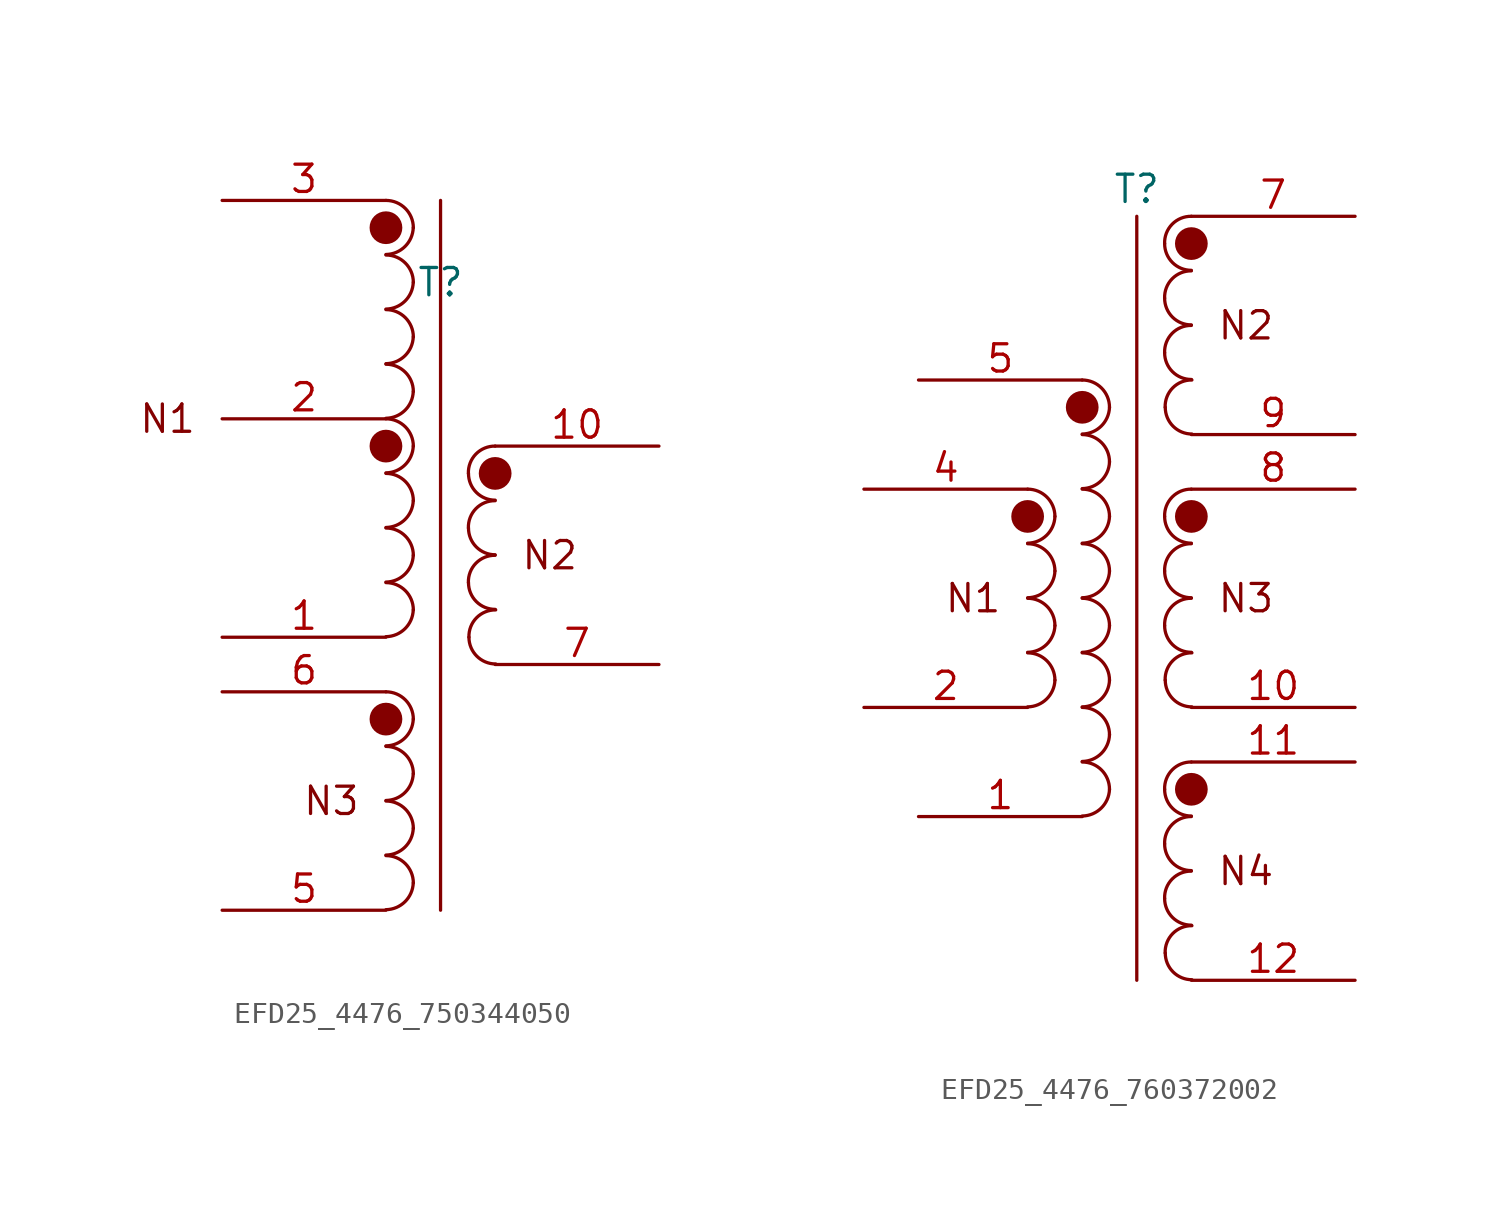
<source format=kicad_sym>
(kicad_symbol_lib
  (version 20220914)
  (generator kicad_symbol_editor)
  (symbol "EFD25_4476_750344050"
    (pin_names hide)
    (property "Reference" "T"
      (at 0 12.7 0)
      (effects (font (size 1.27 1.27))))
    (symbol "EFD25_4476_750344050_0_1"
      (arc (start -2.54 -16.4846) (mid -1.6561 -16.1163) (end -1.27 -15.24) (stroke (width 0) (type default)) (fill (type none)))
      (arc (start -2.54 -13.9446) (mid -1.6561 -13.5763) (end -1.27 -12.7) (stroke (width 0) (type default)) (fill (type none)))
      (arc (start -2.54 -11.4046) (mid -1.6561 -11.0363) (end -1.27 -10.16) (stroke (width 0) (type default)) (fill (type none)))
      (arc (start -2.54 -8.8646) (mid -1.6561 -8.4963) (end -1.27 -7.62) (stroke (width 0) (type default)) (fill (type none)))
      (arc (start -2.54 -3.7846) (mid -1.6561 -3.4163) (end -1.27 -2.54) (stroke (width 0) (type default)) (fill (type none)))
      (arc (start -2.54 -1.2446) (mid -1.6561 -0.8763) (end -1.27 0) (stroke (width 0) (type default)) (fill (type none)))
      (arc (start -2.54 1.2954) (mid -1.6561 1.6637) (end -1.27 2.54) (stroke (width 0) (type default)) (fill (type none)))
      (arc (start -2.54 3.8354) (mid -1.6561 4.2037) (end -1.27 5.08) (stroke (width 0) (type default)) (fill (type none)))
      (arc (start -2.54 6.3754) (mid -1.6561 6.7437) (end -1.27 7.62) (stroke (width 0) (type default)) (fill (type none)))
      (arc (start -2.54 8.9154) (mid -1.6561 9.2837) (end -1.27 10.16) (stroke (width 0) (type default)) (fill (type none)))
      (arc (start -2.54 11.4554) (mid -1.6561 11.8237) (end -1.27 12.7) (stroke (width 0) (type default)) (fill (type none)))
      (arc (start -2.54 13.9954) (mid -1.6561 14.3637) (end -1.27 15.24) (stroke (width 0) (type default)) (fill (type none)))
      (arc (start -1.27 -15.24) (mid -1.642 -14.342) (end -2.54 -13.97) (stroke (width 0) (type default)) (fill (type none)))
      (arc (start -1.27 -12.7) (mid -1.642 -11.802) (end -2.54 -11.43) (stroke (width 0) (type default)) (fill (type none)))
      (arc (start -1.27 -10.16) (mid -1.642 -9.262) (end -2.54 -8.89) (stroke (width 0) (type default)) (fill (type none)))
      (arc (start -1.27 -7.62) (mid -1.642 -6.722) (end -2.54 -6.35) (stroke (width 0) (type default)) (fill (type none)))
      (arc (start -1.27 -2.54) (mid -1.642 -1.642) (end -2.54 -1.27) (stroke (width 0) (type default)) (fill (type none)))
      (arc (start -1.27 0) (mid -1.642 0.898) (end -2.54 1.27) (stroke (width 0) (type default)) (fill (type none)))
      (arc (start -1.27 2.54) (mid -1.642 3.438) (end -2.54 3.81) (stroke (width 0) (type default)) (fill (type none)))
      (arc (start -1.27 5.08) (mid -1.642 5.978) (end -2.54 6.35) (stroke (width 0) (type default)) (fill (type none)))
      (arc (start -1.27 7.62) (mid -1.642 8.518) (end -2.54 8.89) (stroke (width 0) (type default)) (fill (type none)))
      (arc (start -1.27 10.16) (mid -1.642 11.058) (end -2.54 11.43) (stroke (width 0) (type default)) (fill (type none)))
      (arc (start -1.27 12.7) (mid -1.642 13.598) (end -2.54 13.97) (stroke (width 0) (type default)) (fill (type none)))
      (arc (start -1.27 15.24) (mid -1.642 16.138) (end -2.54 16.51) (stroke (width 0) (type default)) (fill (type none)))
      (polyline (pts (xy 0 16.51) (xy 0 -16.51)) (stroke (width 0) (type default)) (fill (type none)))
      (arc (start 1.2954 -1.27) (mid 1.6599 -2.1501) (end 2.54 -2.5146) (stroke (width 0) (type default)) (fill (type none)))
      (arc (start 1.2954 1.27) (mid 1.6599 0.3899) (end 2.54 0.0254) (stroke (width 0) (type default)) (fill (type none)))
      (arc (start 1.2954 3.81) (mid 1.6599 2.9299) (end 2.54 2.5654) (stroke (width 0) (type default)) (fill (type none)))
      (arc (start 1.3208 -3.81) (mid 1.6853 -4.6901) (end 2.5654 -5.0546) (stroke (width 0) (type default)) (fill (type none)))
      (arc (start 2.54 0) (mid 1.642 -0.372) (end 1.2954 -1.27) (stroke (width 0) (type default)) (fill (type none)))
      (arc (start 2.54 2.54) (mid 1.642 2.168) (end 1.2954 1.27) (stroke (width 0) (type default)) (fill (type none)))
      (arc (start 2.54 5.08) (mid 1.642 4.708) (end 1.2954 3.81) (stroke (width 0) (type default)) (fill (type none)))
      (arc (start 2.5654 -2.54) (mid 1.6674 -2.912) (end 1.3208 -3.81) (stroke (width 0) (type default)) (fill (type none))))
    (symbol "EFD25_4476_750344050_1_1"
      (circle (center -2.54 -7.62) (radius 0.0001) (stroke (width 0.762) (type default)) (fill (type none)))
      (circle (center -2.54 5.08) (radius 0.0001) (stroke (width 0.762) (type default)) (fill (type none)))
      (circle (center -2.54 15.24) (radius 0.0001) (stroke (width 0.762) (type default)) (fill (type none)))
      (circle (center 2.54 3.81) (radius 0.0001) (stroke (width 0.762) (type default)) (fill (type none)))
      (text "N1" (at -12.7 6.35 0) (effects (font (size 1.27 1.27))))
      (text "N2" (at 5.08 0 0) (effects (font (size 1.27 1.27))))
      (text "N3" (at -5.08 -11.43 0) (effects (font (size 1.27 1.27))))
      (pin passive line (at -10.16 -3.81 0) (length 7.62) (name "1" (effects (font (size 1.27 1.27)))) (number "1" (effects (font (size 1.27 1.27)))))
      (pin passive line (at 10.16 5.08 180) (length 7.62) (name "10" (effects (font (size 1.27 1.27)))) (number "10" (effects (font (size 1.27 1.27)))))
      (pin passive line (at -10.16 6.35 0) (length 7.62) (name "2" (effects (font (size 1.27 1.27)))) (number "2" (effects (font (size 1.27 1.27)))))
      (pin passive line (at -10.16 16.51 0) (length 7.62) (name "3" (effects (font (size 1.27 1.27)))) (number "3" (effects (font (size 1.27 1.27)))))
      (pin passive line (at -10.16 -16.51 0) (length 7.62) (name "5" (effects (font (size 1.27 1.27)))) (number "5" (effects (font (size 1.27 1.27)))))
      (pin passive line (at -10.16 -6.35 0) (length 7.62) (name "6" (effects (font (size 1.27 1.27)))) (number "6" (effects (font (size 1.27 1.27)))))
      (pin passive line (at 10.16 -5.08 180) (length 7.62) (name "7" (effects (font (size 1.27 1.27)))) (number "7" (effects (font (size 1.27 1.27)))))
      (pin passive line (at 10.16 -5.08 180) (length 7.62) hide (name "8" (effects (font (size 1.27 1.27)))) (number "8" (effects (font (size 1.27 1.27)))))
      (pin passive line (at 10.16 5.08 180) (length 7.62) hide (name "9" (effects (font (size 1.27 1.27)))) (number "9" (effects (font (size 1.27 1.27)))))))
  (symbol "EFD25_4476_760372002"
    (pin_names hide)
    (property "Reference" "T"
      (at 0 19.05 0)
      (effects (font (size 1.27 1.27))))
    (symbol "EFD25_4476_760372002_0_1"
      (arc (start -5.08 -5.0546) (mid -4.1961 -4.6863) (end -3.81 -3.81) (stroke (width 0) (type default)) (fill (type none)))
      (arc (start -5.08 -2.5146) (mid -4.1961 -2.1463) (end -3.81 -1.27) (stroke (width 0) (type default)) (fill (type none)))
      (arc (start -5.08 0.0254) (mid -4.1961 0.3937) (end -3.81 1.27) (stroke (width 0) (type default)) (fill (type none)))
      (arc (start -5.08 2.5654) (mid -4.1961 2.9337) (end -3.81 3.81) (stroke (width 0) (type default)) (fill (type none)))
      (arc (start -3.81 -3.81) (mid -4.182 -2.912) (end -5.08 -2.54) (stroke (width 0) (type default)) (fill (type none)))
      (arc (start -3.81 -1.27) (mid -4.182 -0.372) (end -5.08 0) (stroke (width 0) (type default)) (fill (type none)))
      (arc (start -3.81 1.27) (mid -4.182 2.168) (end -5.08 2.54) (stroke (width 0) (type default)) (fill (type none)))
      (arc (start -3.81 3.81) (mid -4.182 4.708) (end -5.08 5.08) (stroke (width 0) (type default)) (fill (type none)))
      (arc (start -2.54 -10.1346) (mid -1.6561 -9.7663) (end -1.27 -8.89) (stroke (width 0) (type default)) (fill (type none)))
      (arc (start -2.54 -7.5946) (mid -1.6561 -7.2263) (end -1.27 -6.35) (stroke (width 0) (type default)) (fill (type none)))
      (arc (start -2.54 -5.0546) (mid -1.6561 -4.6863) (end -1.27 -3.81) (stroke (width 0) (type default)) (fill (type none)))
      (arc (start -2.54 -2.5146) (mid -1.6561 -2.1463) (end -1.27 -1.27) (stroke (width 0) (type default)) (fill (type none)))
      (arc (start -2.54 0.0254) (mid -1.6561 0.3937) (end -1.27 1.27) (stroke (width 0) (type default)) (fill (type none)))
      (arc (start -2.54 2.5654) (mid -1.6561 2.9337) (end -1.27 3.81) (stroke (width 0) (type default)) (fill (type none)))
      (arc (start -2.54 5.1054) (mid -1.6561 5.4737) (end -1.27 6.35) (stroke (width 0) (type default)) (fill (type none)))
      (arc (start -2.54 7.6454) (mid -1.6561 8.0137) (end -1.27 8.89) (stroke (width 0) (type default)) (fill (type none)))
      (arc (start -1.27 -8.89) (mid -1.642 -7.992) (end -2.54 -7.62) (stroke (width 0) (type default)) (fill (type none)))
      (arc (start -1.27 -6.35) (mid -1.642 -5.452) (end -2.54 -5.08) (stroke (width 0) (type default)) (fill (type none)))
      (arc (start -1.27 -3.81) (mid -1.642 -2.912) (end -2.54 -2.54) (stroke (width 0) (type default)) (fill (type none)))
      (arc (start -1.27 -1.27) (mid -1.642 -0.372) (end -2.54 0) (stroke (width 0) (type default)) (fill (type none)))
      (arc (start -1.27 1.27) (mid -1.642 2.168) (end -2.54 2.54) (stroke (width 0) (type default)) (fill (type none)))
      (arc (start -1.27 3.81) (mid -1.642 4.708) (end -2.54 5.08) (stroke (width 0) (type default)) (fill (type none)))
      (arc (start -1.27 6.35) (mid -1.642 7.248) (end -2.54 7.62) (stroke (width 0) (type default)) (fill (type none)))
      (arc (start -1.27 8.89) (mid -1.642 9.788) (end -2.54 10.16) (stroke (width 0) (type default)) (fill (type none)))
      (polyline (pts (xy 0 17.78) (xy 0 -17.78)) (stroke (width 0) (type default)) (fill (type none)))
      (arc (start 1.2954 -13.97) (mid 1.6599 -14.8501) (end 2.54 -15.2146) (stroke (width 0) (type default)) (fill (type none)))
      (arc (start 1.2954 -11.43) (mid 1.6599 -12.3101) (end 2.54 -12.6746) (stroke (width 0) (type default)) (fill (type none)))
      (arc (start 1.2954 -8.89) (mid 1.6599 -9.7701) (end 2.54 -10.1346) (stroke (width 0) (type default)) (fill (type none)))
      (arc (start 1.2954 -1.27) (mid 1.6599 -2.1501) (end 2.54 -2.5146) (stroke (width 0) (type default)) (fill (type none)))
      (arc (start 1.2954 1.27) (mid 1.6599 0.3899) (end 2.54 0.0254) (stroke (width 0) (type default)) (fill (type none)))
      (arc (start 1.2954 3.81) (mid 1.6599 2.9299) (end 2.54 2.5654) (stroke (width 0) (type default)) (fill (type none)))
      (arc (start 1.2954 11.43) (mid 1.6599 10.5499) (end 2.54 10.1854) (stroke (width 0) (type default)) (fill (type none)))
      (arc (start 1.2954 13.97) (mid 1.6599 13.0899) (end 2.54 12.7254) (stroke (width 0) (type default)) (fill (type none)))
      (arc (start 1.2954 16.51) (mid 1.6599 15.6299) (end 2.54 15.2654) (stroke (width 0) (type default)) (fill (type none)))
      (arc (start 1.3208 -16.51) (mid 1.6854 -17.3899) (end 2.5654 -17.7546) (stroke (width 0) (type default)) (fill (type none)))
      (arc (start 1.3208 -3.81) (mid 1.6853 -4.6901) (end 2.5654 -5.0546) (stroke (width 0) (type default)) (fill (type none)))
      (arc (start 1.3208 8.89) (mid 1.6854 8.0101) (end 2.5654 7.6454) (stroke (width 0) (type default)) (fill (type none)))
      (arc (start 2.54 -12.7) (mid 1.6458 -13.0685) (end 1.2954 -13.97) (stroke (width 0) (type default)) (fill (type none)))
      (arc (start 2.54 -10.16) (mid 1.6458 -10.5285) (end 1.2954 -11.43) (stroke (width 0) (type default)) (fill (type none)))
      (arc (start 2.54 -7.62) (mid 1.6458 -7.9885) (end 1.2954 -8.89) (stroke (width 0) (type default)) (fill (type none)))
      (arc (start 2.54 0) (mid 1.642 -0.372) (end 1.2954 -1.27) (stroke (width 0) (type default)) (fill (type none)))
      (arc (start 2.54 2.54) (mid 1.642 2.168) (end 1.2954 1.27) (stroke (width 0) (type default)) (fill (type none)))
      (arc (start 2.54 5.08) (mid 1.642 4.708) (end 1.2954 3.81) (stroke (width 0) (type default)) (fill (type none)))
      (arc (start 2.54 12.7) (mid 1.6458 12.3315) (end 1.2954 11.43) (stroke (width 0) (type default)) (fill (type none)))
      (arc (start 2.54 15.24) (mid 1.6458 14.8715) (end 1.2954 13.97) (stroke (width 0) (type default)) (fill (type none)))
      (arc (start 2.54 17.78) (mid 1.6458 17.4115) (end 1.2954 16.51) (stroke (width 0) (type default)) (fill (type none)))
      (arc (start 2.5654 -15.24) (mid 1.6709 -15.6083) (end 1.3208 -16.51) (stroke (width 0) (type default)) (fill (type none)))
      (arc (start 2.5654 -2.54) (mid 1.6674 -2.912) (end 1.3208 -3.81) (stroke (width 0) (type default)) (fill (type none)))
      (arc (start 2.5654 10.16) (mid 1.6709 9.7917) (end 1.3208 8.89) (stroke (width 0) (type default)) (fill (type none))))
    (symbol "EFD25_4476_760372002_1_1"
      (circle (center -5.08 3.81) (radius 0.0001) (stroke (width 0.762) (type default)) (fill (type none)))
      (circle (center -2.54 8.89) (radius 0.0001) (stroke (width 0.762) (type default)) (fill (type none)))
      (circle (center 2.54 -8.89) (radius 0.0001) (stroke (width 0.762) (type default)) (fill (type none)))
      (circle (center 2.54 3.81) (radius 0.0001) (stroke (width 0.762) (type default)) (fill (type none)))
      (circle (center 2.54 16.51) (radius 0.0001) (stroke (width 0.762) (type default)) (fill (type none)))
      (text "N1" (at -7.62 0 0) (effects (font (size 1.27 1.27))))
      (text "N2" (at 5.08 12.7 0) (effects (font (size 1.27 1.27))))
      (text "N3" (at 5.08 0 0) (effects (font (size 1.27 1.27))))
      (text "N4" (at 5.08 -12.7 0) (effects (font (size 1.27 1.27))))
      (pin passive line (at -10.16 -10.16 0) (length 7.62) (name "1" (effects (font (size 1.27 1.27)))) (number "1" (effects (font (size 1.27 1.27)))))
      (pin passive line (at 10.16 -5.08 180) (length 7.62) (name "10" (effects (font (size 1.27 1.27)))) (number "10" (effects (font (size 1.27 1.27)))))
      (pin passive line (at 10.16 -7.62 180) (length 7.62) (name "11" (effects (font (size 1.27 1.27)))) (number "11" (effects (font (size 1.27 1.27)))))
      (pin passive line (at 10.16 -17.78 180) (length 7.62) (name "12" (effects (font (size 1.27 1.27)))) (number "12" (effects (font (size 1.27 1.27)))))
      (pin passive line (at -12.7 -5.08 0) (length 7.62) (name "2" (effects (font (size 1.27 1.27)))) (number "2" (effects (font (size 1.27 1.27)))))
      (pin passive line (at -12.7 5.08 0) (length 7.62) (name "4" (effects (font (size 1.27 1.27)))) (number "4" (effects (font (size 1.27 1.27)))))
      (pin passive line (at -10.16 10.16 0) (length 7.62) (name "5" (effects (font (size 1.27 1.27)))) (number "5" (effects (font (size 1.27 1.27)))))
      (pin passive line (at 10.16 17.78 180) (length 7.62) (name "7" (effects (font (size 1.27 1.27)))) (number "7" (effects (font (size 1.27 1.27)))))
      (pin passive line (at 10.16 5.08 180) (length 7.62) (name "8" (effects (font (size 1.27 1.27)))) (number "8" (effects (font (size 1.27 1.27)))))
      (pin passive line (at 10.16 7.62 180) (length 7.62) (name "9" (effects (font (size 1.27 1.27)))) (number "9" (effects (font (size 1.27 1.27))))))))
</source>
